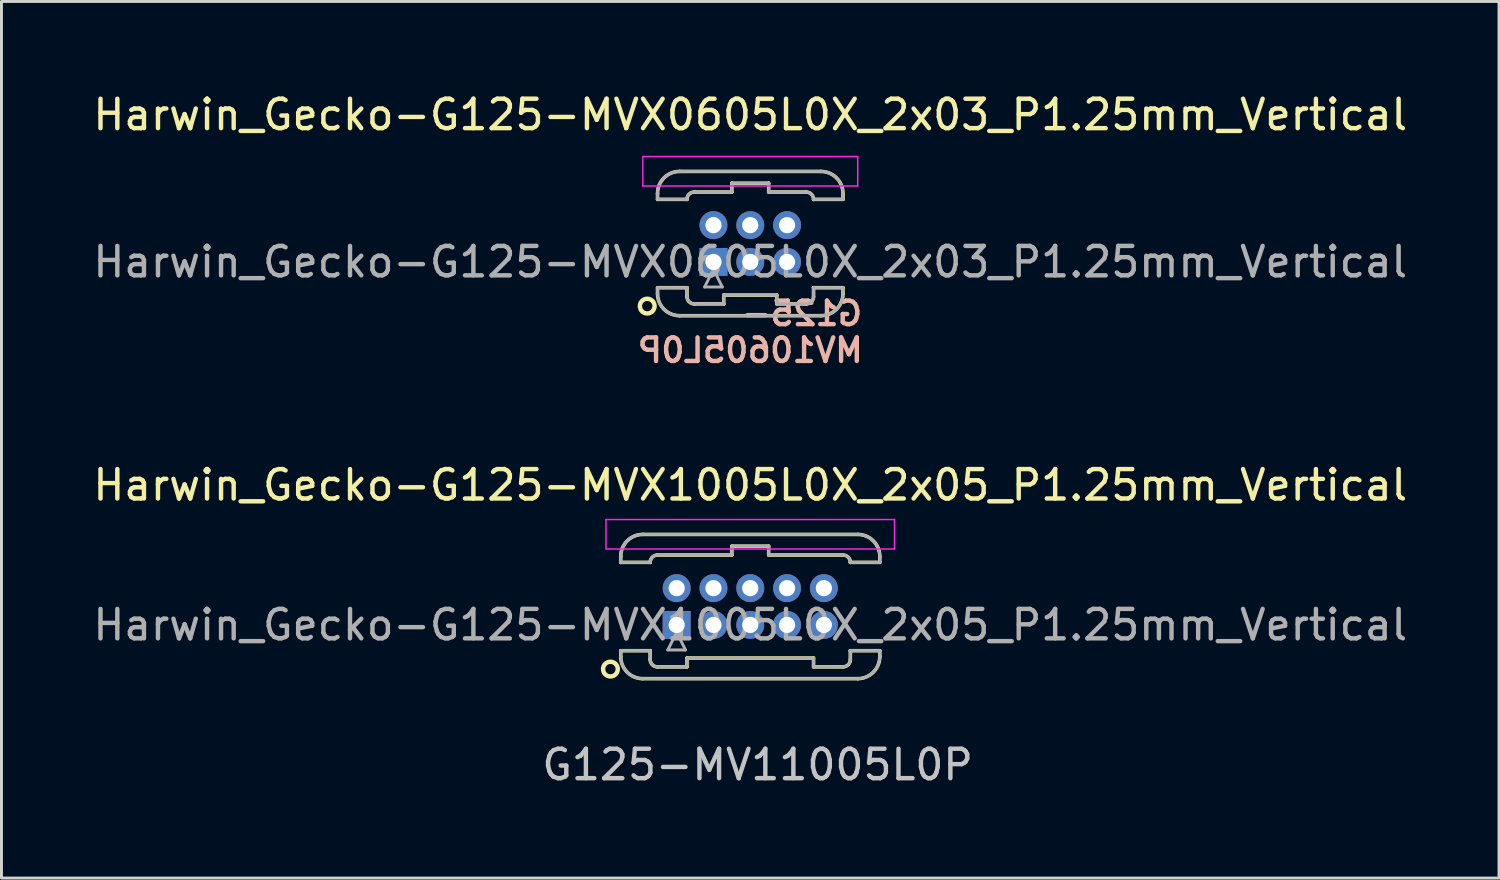
<source format=kicad_pcb>
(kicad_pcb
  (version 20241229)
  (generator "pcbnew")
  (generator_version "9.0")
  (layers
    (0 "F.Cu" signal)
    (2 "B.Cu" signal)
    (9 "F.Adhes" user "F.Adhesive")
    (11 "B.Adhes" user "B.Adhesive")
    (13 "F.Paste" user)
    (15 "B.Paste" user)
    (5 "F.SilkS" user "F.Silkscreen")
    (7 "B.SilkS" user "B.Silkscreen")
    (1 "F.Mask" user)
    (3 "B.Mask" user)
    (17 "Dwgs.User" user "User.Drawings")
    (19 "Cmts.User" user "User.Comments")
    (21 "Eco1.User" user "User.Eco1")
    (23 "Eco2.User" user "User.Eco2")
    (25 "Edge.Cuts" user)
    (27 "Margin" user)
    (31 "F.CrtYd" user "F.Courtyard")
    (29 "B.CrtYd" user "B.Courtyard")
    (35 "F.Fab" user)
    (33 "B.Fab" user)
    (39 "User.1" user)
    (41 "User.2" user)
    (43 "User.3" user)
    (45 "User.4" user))
  (footprint "Harwin_Gecko-G125-MVX0605L0X_2x03_P1.25mm_Vertical"
    (layer "F.Cu")
    (at 21.185 5.848)
    (property "Reference" "Harwin_Gecko-G125-MVX0605L0X_2x03_P1.25mm_Vertical" (at 1.25 -5 0) (layer "F.SilkS") (effects (font (size 1 1) (thickness 0.15))))
    (attr through_hole)
    (fp_line (start -1.9 -2.325) (end -1.9 -2.125) (stroke (width 0.12) (type solid)) (layer "F.SilkS"))
    (fp_line (start -1.9 -2.125) (end -0.9 -2.125) (stroke (width 0.12) (type solid)) (layer "F.SilkS"))
    (fp_line (start -1.9 0.875) (end -0.9 0.875) (stroke (width 0.12) (type solid)) (layer "F.SilkS"))
    (fp_line (start -1.9 1.075) (end -1.9 0.875) (stroke (width 0.12) (type solid)) (layer "F.SilkS"))
    (fp_line (start -1.15 -3.075) (end 3.65 -3.075) (stroke (width 0.12) (type solid)) (layer "F.SilkS"))
    (fp_line (start -1.15 1.825) (end 3.65 1.825) (stroke (width 0.12) (type solid)) (layer "F.SilkS"))
    (fp_line (start -0.9 -2.125) (end -0.9 -2.125) (stroke (width 0.12) (type solid)) (layer "F.SilkS"))
    (fp_line (start -0.9 0.875) (end -0.9 0.875) (stroke (width 0.12) (type solid)) (layer "F.SilkS"))
    (fp_line (start -0.9 1.175) (end -0.9 0.875) (stroke (width 0.12) (type solid)) (layer "F.SilkS"))
    (fp_line (start -0.65 -2.375) (end 0.625 -2.375) (stroke (width 0.12) (type solid)) (layer "F.SilkS"))
    (fp_line (start -0.65 1.425) (end 0.35 1.425) (stroke (width 0.12) (type solid)) (layer "F.SilkS"))
    (fp_line (start 0.35 1.125) (end 2.15 1.125) (stroke (width 0.12) (type solid)) (layer "F.SilkS"))
    (fp_line (start 0.35 1.425) (end 0.35 1.125) (stroke (width 0.12) (type solid)) (layer "F.SilkS"))
    (fp_line (start 0.625 -2.675) (end 1.875 -2.675) (stroke (width 0.12) (type solid)) (layer "F.SilkS"))
    (fp_line (start 0.625 -2.375) (end 0.625 -2.675) (stroke (width 0.12) (type solid)) (layer "F.SilkS"))
    (fp_line (start 1.875 -2.675) (end 1.875 -2.375) (stroke (width 0.12) (type solid)) (layer "F.SilkS"))
    (fp_line (start 1.875 -2.375) (end 3.15 -2.375) (stroke (width 0.12) (type solid)) (layer "F.SilkS"))
    (fp_line (start 2.15 1.125) (end 2.15 1.425) (stroke (width 0.12) (type solid)) (layer "F.SilkS"))
    (fp_line (start 2.15 1.425) (end 3.15 1.425) (stroke (width 0.12) (type solid)) (layer "F.SilkS"))
    (fp_line (start 3.4 -2.125) (end 3.4 -2.125) (stroke (width 0.12) (type solid)) (layer "F.SilkS"))
    (fp_line (start 3.4 0.875) (end 3.4 0.875) (stroke (width 0.12) (type solid)) (layer "F.SilkS"))
    (fp_line (start 3.4 1.175) (end 3.4 0.875) (stroke (width 0.12) (type solid)) (layer "F.SilkS"))
    (fp_line (start 4.4 -2.325) (end 4.4 -2.125) (stroke (width 0.12) (type solid)) (layer "F.SilkS"))
    (fp_line (start 4.4 -2.125) (end 3.4 -2.125) (stroke (width 0.12) (type solid)) (layer "F.SilkS"))
    (fp_line (start 4.4 0.875) (end 3.4 0.875) (stroke (width 0.12) (type solid)) (layer "F.SilkS"))
    (fp_line (start 4.4 1.075) (end 4.4 0.875) (stroke (width 0.12) (type solid)) (layer "F.SilkS"))
    (fp_arc (start -1.9 -2.325) (mid -1.68033 -2.85533) (end -1.15 -3.075) (stroke (width 0.12) (type solid)) (layer "F.SilkS"))
    (fp_arc (start -1.15 1.825) (mid -1.68033 1.60533) (end -1.9 1.075) (stroke (width 0.12) (type solid)) (layer "F.SilkS"))
    (fp_arc (start -0.9 -2.125) (mid -0.826777 -2.301777) (end -0.65 -2.375) (stroke (width 0.12) (type solid)) (layer "F.SilkS"))
    (fp_arc (start -0.65 1.425) (mid -0.826777 1.351777) (end -0.9 1.175) (stroke (width 0.12) (type solid)) (layer "F.SilkS"))
    (fp_arc (start 3.15 -2.375) (mid 3.326777 -2.301777) (end 3.4 -2.125) (stroke (width 0.12) (type solid)) (layer "F.SilkS"))
    (fp_arc (start 3.4 1.175) (mid 3.326777 1.351777) (end 3.15 1.425) (stroke (width 0.12) (type solid)) (layer "F.SilkS"))
    (fp_arc (start 3.65 -3.075) (mid 4.18033 -2.85533) (end 4.4 -2.325) (stroke (width 0.12) (type solid)) (layer "F.SilkS"))
    (fp_arc (start 4.4 1.075) (mid 4.18033 1.60533) (end 3.65 1.825) (stroke (width 0.12) (type solid)) (layer "F.SilkS"))
    (fp_circle (center -2.25 1.5) (end -2 1.5) (stroke (width 0.15) (type solid)) (fill no) (layer "F.SilkS"))
    (fp_line (start -2.4 -3.58) (end -2.4 -2.58) (stroke (width 0.05) (type solid)) (layer "F.CrtYd"))
    (fp_line (start -2.4 -2.58) (end 4.9 -2.58) (stroke (width 0.05) (type solid)) (layer "F.CrtYd"))
    (fp_line (start 4.9 -3.58) (end -2.4 -3.58) (stroke (width 0.05) (type solid)) (layer "F.CrtYd"))
    (fp_line (start 4.9 -2.58) (end 4.9 -3.58) (stroke (width 0.05) (type solid)) (layer "F.CrtYd"))
    (fp_line (start -1.9 -2.325) (end -1.9 -2.125) (stroke (width 0.1) (type solid)) (layer "F.Fab"))
    (fp_line (start -1.9 -2.125) (end -0.9 -2.125) (stroke (width 0.1) (type solid)) (layer "F.Fab"))
    (fp_line (start -1.9 0.875) (end -0.9 0.875) (stroke (width 0.1) (type solid)) (layer "F.Fab"))
    (fp_line (start -1.9 1.075) (end -1.9 0.875) (stroke (width 0.1) (type solid)) (layer "F.Fab"))
    (fp_line (start -1.15 -3.075) (end 3.65 -3.075) (stroke (width 0.1) (type solid)) (layer "F.Fab"))
    (fp_line (start -1.15 1.825) (end 3.65 1.825) (stroke (width 0.1) (type solid)) (layer "F.Fab"))
    (fp_line (start -0.9 -2.125) (end -0.9 -2.125) (stroke (width 0.1) (type solid)) (layer "F.Fab"))
    (fp_line (start -0.9 0.875) (end -0.9 0.875) (stroke (width 0.1) (type solid)) (layer "F.Fab"))
    (fp_line (start -0.9 1.175) (end -0.9 0.875) (stroke (width 0.1) (type solid)) (layer "F.Fab"))
    (fp_line (start -0.65 -2.375) (end 0.625 -2.375) (stroke (width 0.1) (type solid)) (layer "F.Fab"))
    (fp_line (start -0.65 1.425) (end 0.35 1.425) (stroke (width 0.1) (type solid)) (layer "F.Fab"))
    (fp_line (start -0.3 0.85) (end 0.3 0.85) (stroke (width 0.1) (type solid)) (layer "F.Fab"))
    (fp_line (start 0 0.25) (end -0.3 0.85) (stroke (width 0.1) (type solid)) (layer "F.Fab"))
    (fp_line (start 0.3 0.85) (end 0 0.25) (stroke (width 0.1) (type solid)) (layer "F.Fab"))
    (fp_line (start 0.35 1.125) (end 2.15 1.125) (stroke (width 0.1) (type solid)) (layer "F.Fab"))
    (fp_line (start 0.35 1.425) (end 0.35 1.125) (stroke (width 0.1) (type solid)) (layer "F.Fab"))
    (fp_line (start 0.625 -2.675) (end 1.875 -2.675) (stroke (width 0.1) (type solid)) (layer "F.Fab"))
    (fp_line (start 0.625 -2.375) (end 0.625 -2.675) (stroke (width 0.1) (type solid)) (layer "F.Fab"))
    (fp_line (start 1.875 -2.675) (end 1.875 -2.375) (stroke (width 0.1) (type solid)) (layer "F.Fab"))
    (fp_line (start 1.875 -2.375) (end 3.15 -2.375) (stroke (width 0.1) (type solid)) (layer "F.Fab"))
    (fp_line (start 2.15 1.125) (end 2.15 1.425) (stroke (width 0.1) (type solid)) (layer "F.Fab"))
    (fp_line (start 2.15 1.425) (end 3.15 1.425) (stroke (width 0.1) (type solid)) (layer "F.Fab"))
    (fp_line (start 3.4 -2.125) (end 3.4 -2.125) (stroke (width 0.1) (type solid)) (layer "F.Fab"))
    (fp_line (start 3.4 0.875) (end 3.4 0.875) (stroke (width 0.1) (type solid)) (layer "F.Fab"))
    (fp_line (start 3.4 1.175) (end 3.4 0.875) (stroke (width 0.1) (type solid)) (layer "F.Fab"))
    (fp_line (start 4.4 -2.325) (end 4.4 -2.125) (stroke (width 0.1) (type solid)) (layer "F.Fab"))
    (fp_line (start 4.4 -2.125) (end 3.4 -2.125) (stroke (width 0.1) (type solid)) (layer "F.Fab"))
    (fp_line (start 4.4 0.875) (end 3.4 0.875) (stroke (width 0.1) (type solid)) (layer "F.Fab"))
    (fp_line (start 4.4 1.075) (end 4.4 0.875) (stroke (width 0.1) (type solid)) (layer "F.Fab"))
    (fp_arc (start -1.9 -2.325) (mid -1.68033 -2.85533) (end -1.15 -3.075) (stroke (width 0.1) (type solid)) (layer "F.Fab"))
    (fp_arc (start -1.15 1.825) (mid -1.68033 1.60533) (end -1.9 1.075) (stroke (width 0.1) (type solid)) (layer "F.Fab"))
    (fp_arc (start -0.9 -2.125) (mid -0.826777 -2.301777) (end -0.65 -2.375) (stroke (width 0.1) (type solid)) (layer "F.Fab"))
    (fp_arc (start -0.65 1.425) (mid -0.826777 1.351777) (end -0.9 1.175) (stroke (width 0.1) (type solid)) (layer "F.Fab"))
    (fp_arc (start 3.15 -2.375) (mid 3.326777 -2.301777) (end 3.4 -2.125) (stroke (width 0.1) (type solid)) (layer "F.Fab"))
    (fp_arc (start 3.4 1.175) (mid 3.326777 1.351777) (end 3.15 1.425) (stroke (width 0.1) (type solid)) (layer "F.Fab"))
    (fp_arc (start 3.65 -3.075) (mid 4.18033 -2.85533) (end 4.4 -2.325) (stroke (width 0.1) (type solid)) (layer "F.Fab"))
    (fp_arc (start 4.4 1.075) (mid 4.18033 1.60533) (end 3.65 1.825) (stroke (width 0.1) (type solid)) (layer "F.Fab"))
    (fp_text user "MV10605L0P" (at 1.25 3 0) (layer "B.SilkS") (effects (font (size 0.8 0.8) (thickness 0.15)) (justify mirror)))
    (fp_text user "G125-" (at 3 1.75 0) (layer "B.SilkS") (effects (font (size 0.8 0.8) (thickness 0.15)) (justify mirror)))
    (fp_text user "${REFERENCE}" (at 1.25 0 0) (layer "F.Fab") (effects (font (size 1 1) (thickness 0.15))))
    (pad "1" thru_hole rect (at 0 0) (size 0.95 0.95) (drill 0.55) (layers "*.Cu" "*.Mask"))
    (pad "2" thru_hole circle (at 1.25 0) (size 0.95 0.95) (drill 0.55) (layers "*.Cu" "*.Mask"))
    (pad "3" thru_hole circle (at 2.5 0) (size 0.95 0.95) (drill 0.55) (layers "*.Cu" "*.Mask"))
    (pad "4" thru_hole circle (at 0 -1.25) (size 0.95 0.95) (drill 0.55) (layers "*.Cu" "*.Mask"))
    (pad "5" thru_hole circle (at 1.25 -1.25) (size 0.95 0.95) (drill 0.55) (layers "*.Cu" "*.Mask"))
    (pad "6" thru_hole circle (at 2.5 -1.25) (size 0.95 0.95) (drill 0.55) (layers "*.Cu" "*.Mask")))
  (footprint "Harwin_Gecko-G125-MVX1005L0X_2x05_P1.25mm_Vertical"
    (layer "F.Cu")
    (at 19.935 18.178)
    (property "Reference" "Harwin_Gecko-G125-MVX1005L0X_2x05_P1.25mm_Vertical" (at 2.5 -4.75 0) (layer "F.SilkS") (effects (font (size 1 1) (thickness 0.15))))
    (attr through_hole)
    (fp_line (start -1.9 -2.325) (end -1.9 -2.125) (stroke (width 0.12) (type solid)) (layer "F.SilkS"))
    (fp_line (start -1.9 -2.125) (end -0.9 -2.125) (stroke (width 0.12) (type solid)) (layer "F.SilkS"))
    (fp_line (start -1.9 0.875) (end -0.9 0.875) (stroke (width 0.12) (type solid)) (layer "F.SilkS"))
    (fp_line (start -1.9 1.075) (end -1.9 0.875) (stroke (width 0.12) (type solid)) (layer "F.SilkS"))
    (fp_line (start -1.15 -3.075) (end 6.15 -3.075) (stroke (width 0.12) (type solid)) (layer "F.SilkS"))
    (fp_line (start -1.15 1.825) (end 6.15 1.825) (stroke (width 0.12) (type solid)) (layer "F.SilkS"))
    (fp_line (start -0.9 -2.125) (end -0.9 -2.125) (stroke (width 0.12) (type solid)) (layer "F.SilkS"))
    (fp_line (start -0.9 0.875) (end -0.9 0.875) (stroke (width 0.12) (type solid)) (layer "F.SilkS"))
    (fp_line (start -0.9 1.175) (end -0.9 0.875) (stroke (width 0.12) (type solid)) (layer "F.SilkS"))
    (fp_line (start -0.65 -2.375) (end 1.875 -2.375) (stroke (width 0.12) (type solid)) (layer "F.SilkS"))
    (fp_line (start -0.65 1.425) (end 0.35 1.425) (stroke (width 0.12) (type solid)) (layer "F.SilkS"))
    (fp_line (start 0.35 1.125) (end 4.65 1.125) (stroke (width 0.12) (type solid)) (layer "F.SilkS"))
    (fp_line (start 0.35 1.425) (end 0.35 1.125) (stroke (width 0.12) (type solid)) (layer "F.SilkS"))
    (fp_line (start 1.875 -2.675) (end 3.125 -2.675) (stroke (width 0.12) (type solid)) (layer "F.SilkS"))
    (fp_line (start 1.875 -2.375) (end 1.875 -2.675) (stroke (width 0.12) (type solid)) (layer "F.SilkS"))
    (fp_line (start 3.125 -2.675) (end 3.125 -2.375) (stroke (width 0.12) (type solid)) (layer "F.SilkS"))
    (fp_line (start 3.125 -2.375) (end 5.65 -2.375) (stroke (width 0.12) (type solid)) (layer "F.SilkS"))
    (fp_line (start 4.65 1.125) (end 4.65 1.425) (stroke (width 0.12) (type solid)) (layer "F.SilkS"))
    (fp_line (start 4.65 1.425) (end 5.65 1.425) (stroke (width 0.12) (type solid)) (layer "F.SilkS"))
    (fp_line (start 5.9 -2.125) (end 5.9 -2.125) (stroke (width 0.12) (type solid)) (layer "F.SilkS"))
    (fp_line (start 5.9 0.875) (end 5.9 0.875) (stroke (width 0.12) (type solid)) (layer "F.SilkS"))
    (fp_line (start 5.9 1.175) (end 5.9 0.875) (stroke (width 0.12) (type solid)) (layer "F.SilkS"))
    (fp_line (start 6.9 -2.325) (end 6.9 -2.125) (stroke (width 0.12) (type solid)) (layer "F.SilkS"))
    (fp_line (start 6.9 -2.125) (end 5.9 -2.125) (stroke (width 0.12) (type solid)) (layer "F.SilkS"))
    (fp_line (start 6.9 0.875) (end 5.9 0.875) (stroke (width 0.12) (type solid)) (layer "F.SilkS"))
    (fp_line (start 6.9 1.075) (end 6.9 0.875) (stroke (width 0.12) (type solid)) (layer "F.SilkS"))
    (fp_arc (start -1.9 -2.325) (mid -1.68033 -2.85533) (end -1.15 -3.075) (stroke (width 0.12) (type solid)) (layer "F.SilkS"))
    (fp_arc (start -1.15 1.825) (mid -1.68033 1.60533) (end -1.9 1.075) (stroke (width 0.12) (type solid)) (layer "F.SilkS"))
    (fp_arc (start -0.9 -2.125) (mid -0.826777 -2.301777) (end -0.65 -2.375) (stroke (width 0.12) (type solid)) (layer "F.SilkS"))
    (fp_arc (start -0.65 1.425) (mid -0.826777 1.351777) (end -0.9 1.175) (stroke (width 0.12) (type solid)) (layer "F.SilkS"))
    (fp_arc (start 5.65 -2.375) (mid 5.826777 -2.301777) (end 5.9 -2.125) (stroke (width 0.12) (type solid)) (layer "F.SilkS"))
    (fp_arc (start 5.9 1.175) (mid 5.826777 1.351777) (end 5.65 1.425) (stroke (width 0.12) (type solid)) (layer "F.SilkS"))
    (fp_arc (start 6.15 -3.075) (mid 6.68033 -2.85533) (end 6.9 -2.325) (stroke (width 0.12) (type solid)) (layer "F.SilkS"))
    (fp_arc (start 6.9 1.075) (mid 6.68033 1.60533) (end 6.15 1.825) (stroke (width 0.12) (type solid)) (layer "F.SilkS"))
    (fp_circle (center -2.25 1.5) (end -2 1.5) (stroke (width 0.15) (type solid)) (fill no) (layer "F.SilkS"))
    (fp_line (start -2.4 -3.58) (end -2.4 -2.58) (stroke (width 0.05) (type solid)) (layer "F.CrtYd"))
    (fp_line (start -2.4 -2.58) (end 7.4 -2.58) (stroke (width 0.05) (type solid)) (layer "F.CrtYd"))
    (fp_line (start 7.4 -3.58) (end -2.4 -3.58) (stroke (width 0.05) (type solid)) (layer "F.CrtYd"))
    (fp_line (start 7.4 -2.58) (end 7.4 -3.58) (stroke (width 0.05) (type solid)) (layer "F.CrtYd"))
    (fp_line (start -1.9 -2.325) (end -1.9 -2.125) (stroke (width 0.1) (type solid)) (layer "F.Fab"))
    (fp_line (start -1.9 -2.125) (end -0.9 -2.125) (stroke (width 0.1) (type solid)) (layer "F.Fab"))
    (fp_line (start -1.9 0.875) (end -0.9 0.875) (stroke (width 0.1) (type solid)) (layer "F.Fab"))
    (fp_line (start -1.9 1.075) (end -1.9 0.875) (stroke (width 0.1) (type solid)) (layer "F.Fab"))
    (fp_line (start -1.15 -3.075) (end 6.15 -3.075) (stroke (width 0.1) (type solid)) (layer "F.Fab"))
    (fp_line (start -1.15 1.825) (end 6.15 1.825) (stroke (width 0.1) (type solid)) (layer "F.Fab"))
    (fp_line (start -0.9 -2.125) (end -0.9 -2.125) (stroke (width 0.1) (type solid)) (layer "F.Fab"))
    (fp_line (start -0.9 0.875) (end -0.9 0.875) (stroke (width 0.1) (type solid)) (layer "F.Fab"))
    (fp_line (start -0.9 1.175) (end -0.9 0.875) (stroke (width 0.1) (type solid)) (layer "F.Fab"))
    (fp_line (start -0.65 -2.375) (end 1.875 -2.375) (stroke (width 0.1) (type solid)) (layer "F.Fab"))
    (fp_line (start -0.65 1.425) (end 0.35 1.425) (stroke (width 0.1) (type solid)) (layer "F.Fab"))
    (fp_line (start -0.3 0.85) (end 0.3 0.85) (stroke (width 0.1) (type solid)) (layer "F.Fab"))
    (fp_line (start 0 0.25) (end -0.3 0.85) (stroke (width 0.1) (type solid)) (layer "F.Fab"))
    (fp_line (start 0.3 0.85) (end 0 0.25) (stroke (width 0.1) (type solid)) (layer "F.Fab"))
    (fp_line (start 0.35 1.125) (end 4.65 1.125) (stroke (width 0.1) (type solid)) (layer "F.Fab"))
    (fp_line (start 0.35 1.425) (end 0.35 1.125) (stroke (width 0.1) (type solid)) (layer "F.Fab"))
    (fp_line (start 1.875 -2.675) (end 3.125 -2.675) (stroke (width 0.1) (type solid)) (layer "F.Fab"))
    (fp_line (start 1.875 -2.375) (end 1.875 -2.675) (stroke (width 0.1) (type solid)) (layer "F.Fab"))
    (fp_line (start 3.125 -2.675) (end 3.125 -2.375) (stroke (width 0.1) (type solid)) (layer "F.Fab"))
    (fp_line (start 3.125 -2.375) (end 5.65 -2.375) (stroke (width 0.1) (type solid)) (layer "F.Fab"))
    (fp_line (start 4.65 1.125) (end 4.65 1.425) (stroke (width 0.1) (type solid)) (layer "F.Fab"))
    (fp_line (start 4.65 1.425) (end 5.65 1.425) (stroke (width 0.1) (type solid)) (layer "F.Fab"))
    (fp_line (start 5.9 -2.125) (end 5.9 -2.125) (stroke (width 0.1) (type solid)) (layer "F.Fab"))
    (fp_line (start 5.9 0.875) (end 5.9 0.875) (stroke (width 0.1) (type solid)) (layer "F.Fab"))
    (fp_line (start 5.9 1.175) (end 5.9 0.875) (stroke (width 0.1) (type solid)) (layer "F.Fab"))
    (fp_line (start 6.9 -2.325) (end 6.9 -2.125) (stroke (width 0.1) (type solid)) (layer "F.Fab"))
    (fp_line (start 6.9 -2.125) (end 5.9 -2.125) (stroke (width 0.1) (type solid)) (layer "F.Fab"))
    (fp_line (start 6.9 0.875) (end 5.9 0.875) (stroke (width 0.1) (type solid)) (layer "F.Fab"))
    (fp_line (start 6.9 1.075) (end 6.9 0.875) (stroke (width 0.1) (type solid)) (layer "F.Fab"))
    (fp_arc (start -1.9 -2.325) (mid -1.68033 -2.85533) (end -1.15 -3.075) (stroke (width 0.1) (type solid)) (layer "F.Fab"))
    (fp_arc (start -1.15 1.825) (mid -1.68033 1.60533) (end -1.9 1.075) (stroke (width 0.1) (type solid)) (layer "F.Fab"))
    (fp_arc (start -0.9 -2.125) (mid -0.826777 -2.301777) (end -0.65 -2.375) (stroke (width 0.1) (type solid)) (layer "F.Fab"))
    (fp_arc (start -0.65 1.425) (mid -0.826777 1.351777) (end -0.9 1.175) (stroke (width 0.1) (type solid)) (layer "F.Fab"))
    (fp_arc (start 5.65 -2.375) (mid 5.826777 -2.301777) (end 5.9 -2.125) (stroke (width 0.1) (type solid)) (layer "F.Fab"))
    (fp_arc (start 5.9 1.175) (mid 5.826777 1.351777) (end 5.65 1.425) (stroke (width 0.1) (type solid)) (layer "F.Fab"))
    (fp_arc (start 6.15 -3.075) (mid 6.68033 -2.85533) (end 6.9 -2.325) (stroke (width 0.1) (type solid)) (layer "F.Fab"))
    (fp_arc (start 6.9 1.075) (mid 6.68033 1.60533) (end 6.15 1.825) (stroke (width 0.1) (type solid)) (layer "F.Fab"))
    (fp_text user "G125-MV11005L0P" (at 2.75 4.75 0) (layer "Dwgs.User") (effects (font (size 1 1) (thickness 0.15))))
    (fp_text user "${REFERENCE}" (at 2.5 0 0) (layer "F.Fab") (effects (font (size 1 1) (thickness 0.15))))
    (pad "1" thru_hole rect (at 0 0) (size 0.95 0.95) (drill 0.55) (layers "*.Cu" "*.Mask"))
    (pad "2" thru_hole circle (at 1.25 0) (size 0.95 0.95) (drill 0.55) (layers "*.Cu" "*.Mask"))
    (pad "3" thru_hole circle (at 2.5 0) (size 0.95 0.95) (drill 0.55) (layers "*.Cu" "*.Mask"))
    (pad "4" thru_hole circle (at 3.75 0) (size 0.95 0.95) (drill 0.55) (layers "*.Cu" "*.Mask"))
    (pad "5" thru_hole circle (at 5 0) (size 0.95 0.95) (drill 0.55) (layers "*.Cu" "*.Mask"))
    (pad "6" thru_hole circle (at 0 -1.25) (size 0.95 0.95) (drill 0.55) (layers "*.Cu" "*.Mask"))
    (pad "7" thru_hole circle (at 1.25 -1.25) (size 0.95 0.95) (drill 0.55) (layers "*.Cu" "*.Mask"))
    (pad "8" thru_hole circle (at 2.5 -1.25) (size 0.95 0.95) (drill 0.55) (layers "*.Cu" "*.Mask"))
    (pad "9" thru_hole circle (at 3.75 -1.25) (size 0.95 0.95) (drill 0.55) (layers "*.Cu" "*.Mask"))
    (pad "10" thru_hole circle (at 5 -1.25) (size 0.95 0.95) (drill 0.55) (layers "*.Cu" "*.Mask")))
  (gr_rect
    (start -3 -3)
    (end 47.869 26.776)
    (stroke (width 0.1) (type default))
    (fill no)
    (layer "Edge.Cuts")))
</source>
